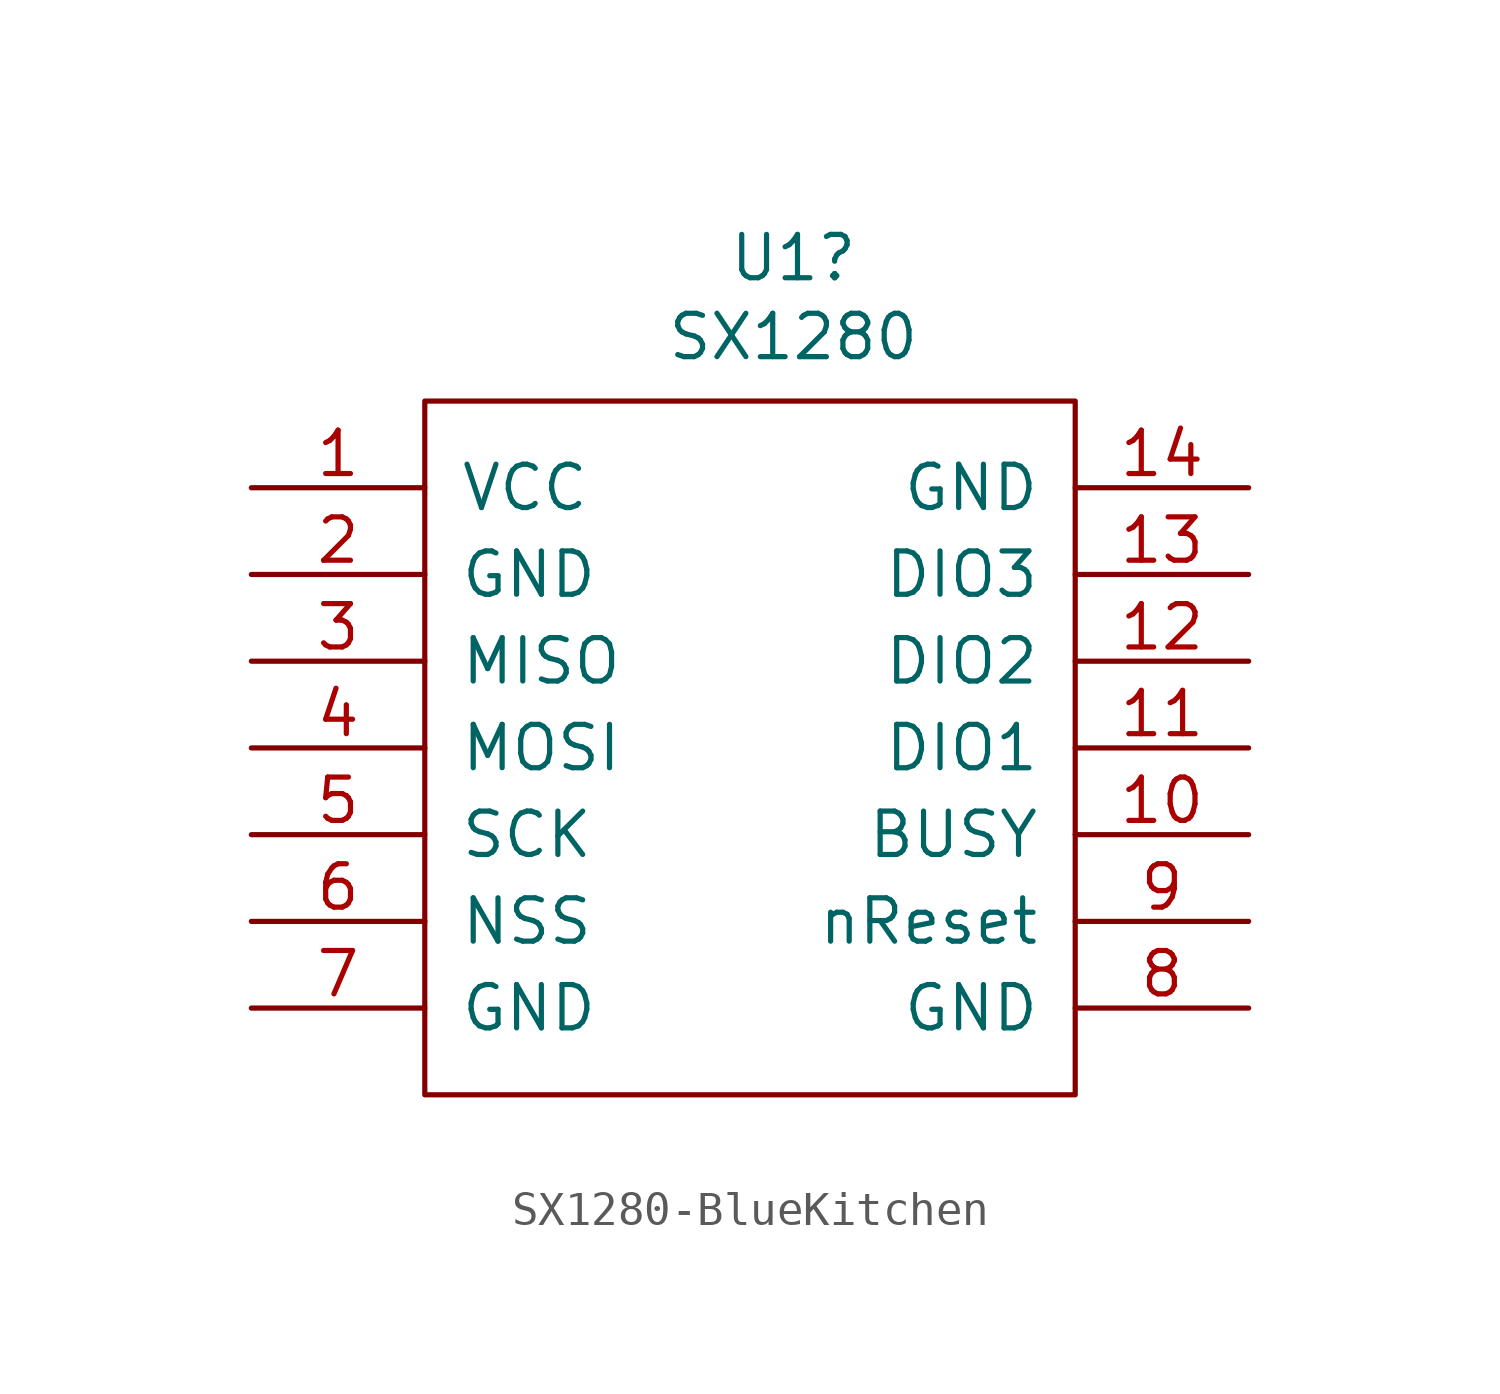
<source format=kicad_sym>
(kicad_symbol_lib
  (version 20220914)
  (generator kicad_symbol_editor)
  (symbol "SX1280-BlueKitchen"
    (pin_names
      (offset 1.016))
    (property "Reference" "U1"
      (at 4.445 9.271 0)
      (effects (font (size 1.27 1.27))))
    (property "Value" "SX1280"
      (at 4.445 6.96 0)
      (effects (font (size 1.27 1.27))))
    (symbol "SX1280-BlueKitchen_0_1"
      (rectangle (start -6.35 5.08) (end 12.7 -15.24) (stroke (width 0) (type solid)) (fill (type none))))
    (symbol "SX1280-BlueKitchen_1_1"
      (pin power_in line (at -11.43 2.54 0) (length 5.08) (name "VCC" (effects (font (size 1.27 1.27)))) (number "1" (effects (font (size 1.27 1.27)))))
      (pin output line (at 17.78 -7.62 180) (length 5.08) (name "BUSY" (effects (font (size 1.27 1.27)))) (number "10" (effects (font (size 1.27 1.27)))))
      (pin output line (at 17.78 -5.08 180) (length 5.08) (name "DIO1" (effects (font (size 1.27 1.27)))) (number "11" (effects (font (size 1.27 1.27)))))
      (pin output line (at 17.78 -2.54 180) (length 5.08) (name "DIO2" (effects (font (size 1.27 1.27)))) (number "12" (effects (font (size 1.27 1.27)))))
      (pin output line (at 17.78 0 180) (length 5.08) (name "DIO3" (effects (font (size 1.27 1.27)))) (number "13" (effects (font (size 1.27 1.27)))))
      (pin power_in line (at 17.78 2.54 180) (length 5.08) (name "GND" (effects (font (size 1.27 1.27)))) (number "14" (effects (font (size 1.27 1.27)))))
      (pin power_in line (at -11.43 0 0) (length 5.08) (name "GND" (effects (font (size 1.27 1.27)))) (number "2" (effects (font (size 1.27 1.27)))))
      (pin input line (at -11.43 -2.54 0) (length 5.08) (name "MISO" (effects (font (size 1.27 1.27)))) (number "3" (effects (font (size 1.27 1.27)))))
      (pin input line (at -11.43 -5.08 0) (length 5.08) (name "MOSI" (effects (font (size 1.27 1.27)))) (number "4" (effects (font (size 1.27 1.27)))))
      (pin input line (at -11.43 -7.62 0) (length 5.08) (name "SCK" (effects (font (size 1.27 1.27)))) (number "5" (effects (font (size 1.27 1.27)))))
      (pin input line (at -11.43 -10.16 0) (length 5.08) (name "NSS" (effects (font (size 1.27 1.27)))) (number "6" (effects (font (size 1.27 1.27)))))
      (pin power_in line (at -11.43 -12.7 0) (length 5.08) (name "GND" (effects (font (size 1.27 1.27)))) (number "7" (effects (font (size 1.27 1.27)))))
      (pin power_in line (at 17.78 -12.7 180) (length 5.08) (name "GND" (effects (font (size 1.27 1.27)))) (number "8" (effects (font (size 1.27 1.27)))))
      (pin output line (at 17.78 -10.16 180) (length 5.08) (name "nReset" (effects (font (size 1.27 1.27)))) (number "9" (effects (font (size 1.27 1.27))))))))
</source>
